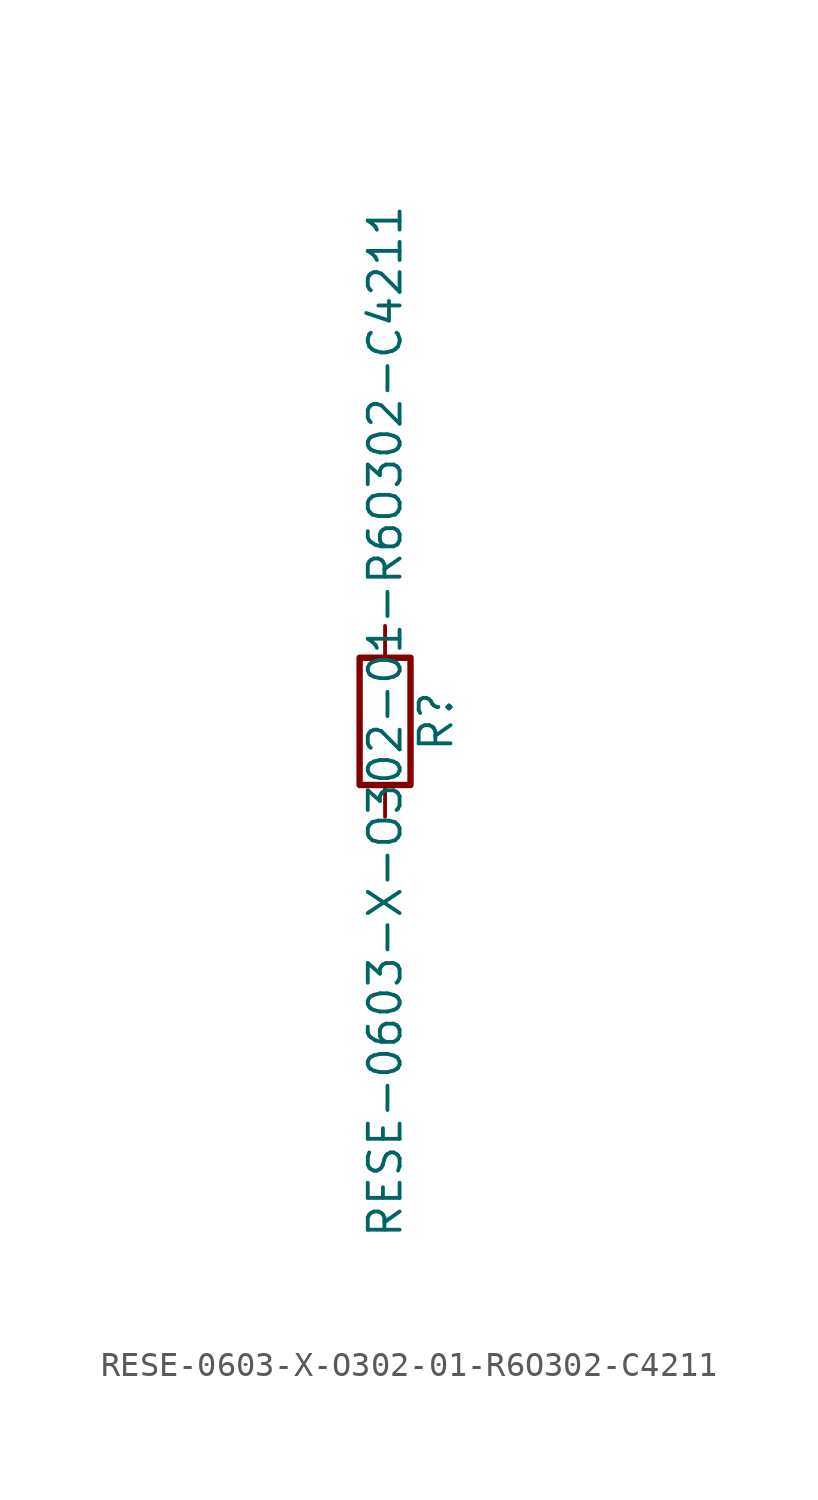
<source format=kicad_sym>
(kicad_symbol_lib
  (version 20211014)
  (generator kicad_symbol_editor)
  (symbol "RESE-0603-X-O302-01-R6O302-C4211"
    (pin_numbers hide)
    (pin_names
      (offset 0))
    (property "Reference" "R"
      (at 2.032 0 90)
      (effects (font (size 1.27 1.27))))
    (property "Value" "RESE-0603-X-O302-01-R6O302-C4211"
      (at 0 0 90)
      (effects (font (size 1.27 1.27))))
    (symbol "RESE-0603-X-O302-01-R6O302-C4211_0_1"
      (rectangle (start -1.016 -2.54) (end 1.016 2.54) (stroke (width 0.254) (type default) (color 0 0 0 0)) (fill (type none))))
    (symbol "RESE-0603-X-O302-01-R6O302-C4211_1_1"
      (pin passive line (at 0 3.81 270) (length 1.27) (name "~" (effects (font (size 1.27 1.27)))) (number "1" (effects (font (size 1.27 1.27)))))
      (pin passive line (at 0 -3.81 90) (length 1.27) (name "~" (effects (font (size 1.27 1.27)))) (number "2" (effects (font (size 1.27 1.27))))))))
</source>
